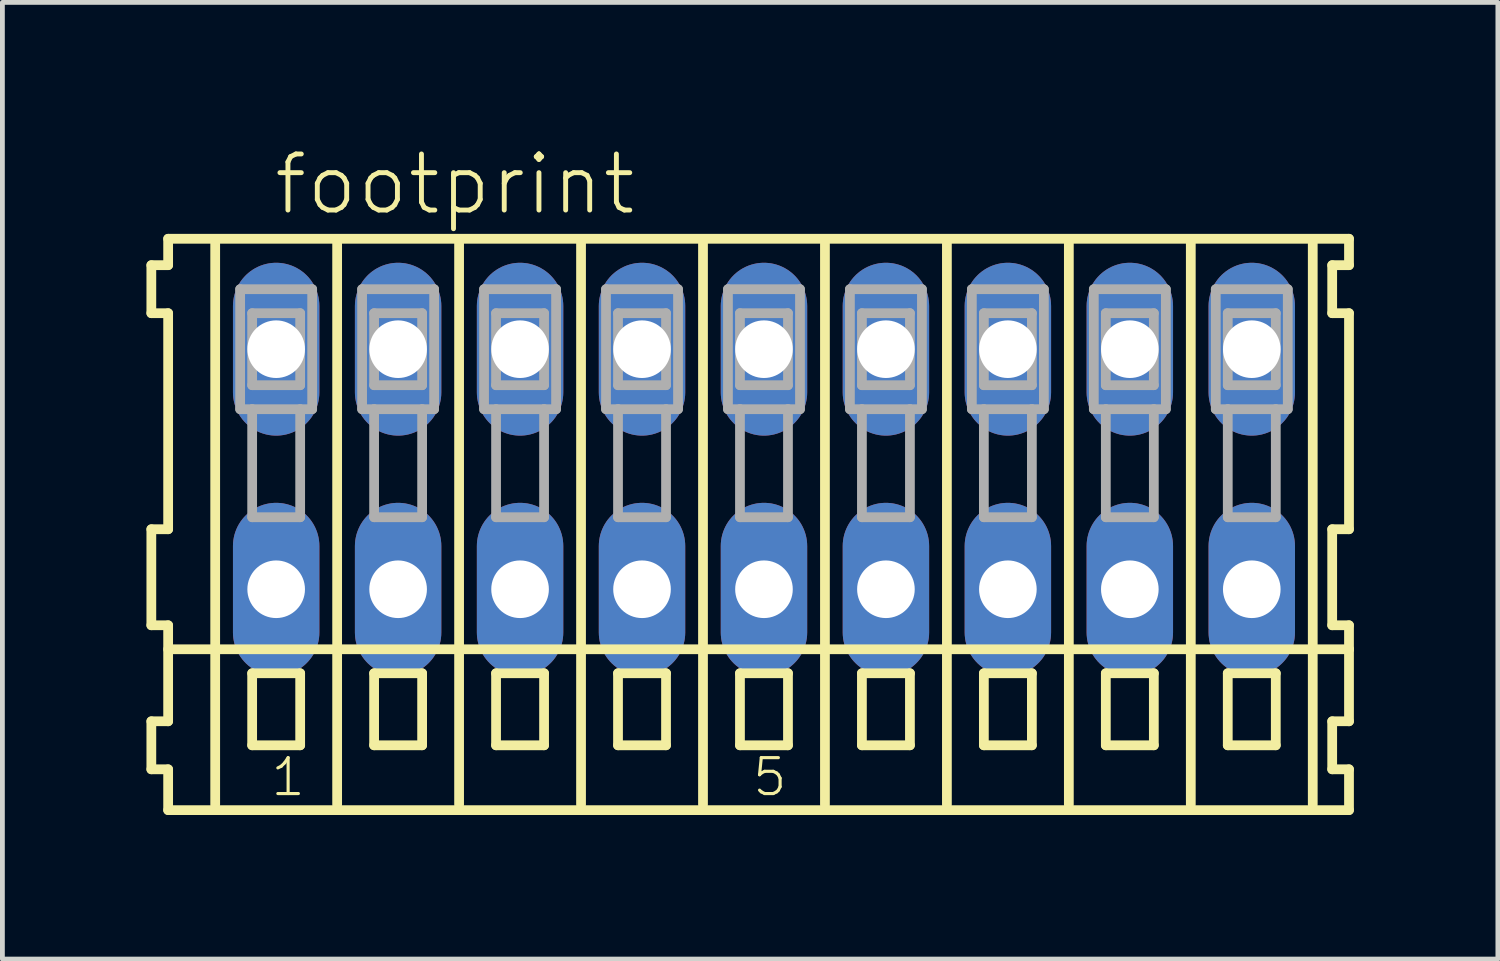
<source format=kicad_pcb>
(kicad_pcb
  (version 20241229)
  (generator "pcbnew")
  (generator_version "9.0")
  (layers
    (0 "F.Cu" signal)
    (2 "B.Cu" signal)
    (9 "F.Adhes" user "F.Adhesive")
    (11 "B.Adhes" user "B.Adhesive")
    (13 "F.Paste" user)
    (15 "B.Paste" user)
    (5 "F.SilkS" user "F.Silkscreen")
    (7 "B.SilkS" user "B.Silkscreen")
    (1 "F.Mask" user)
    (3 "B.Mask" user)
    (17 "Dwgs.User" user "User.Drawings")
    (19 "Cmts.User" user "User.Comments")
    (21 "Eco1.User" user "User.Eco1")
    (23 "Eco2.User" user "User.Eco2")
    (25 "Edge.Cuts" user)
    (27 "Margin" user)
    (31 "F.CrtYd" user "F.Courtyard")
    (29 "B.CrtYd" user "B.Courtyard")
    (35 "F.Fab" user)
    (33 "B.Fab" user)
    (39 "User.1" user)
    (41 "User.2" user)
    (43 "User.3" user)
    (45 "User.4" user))
  (footprint "footprint"
    (layer "F.Cu")
    (at 12.862 6.723)
    (property "Reference" "footprint" (at -10.26 -5.25 0) (layer "F.SilkS") (effects (font (size 1.168 1.168) (thickness 0.102)) (justify left bottom)))
    (fp_line (start -12.76 -4.25) (end -12.76 -3.25) (stroke (width 0.203) (type solid)) (layer "F.SilkS"))
    (fp_line (start -12.76 -3.25) (end -12.41 -3.25) (stroke (width 0.203) (type solid)) (layer "F.SilkS"))
    (fp_line (start -12.76 1.25) (end -12.76 3.25) (stroke (width 0.203) (type solid)) (layer "F.SilkS"))
    (fp_line (start -12.76 3.25) (end -12.41 3.25) (stroke (width 0.203) (type solid)) (layer "F.SilkS"))
    (fp_line (start -12.76 5.25) (end -12.76 6.25) (stroke (width 0.203) (type solid)) (layer "F.SilkS"))
    (fp_line (start -12.76 6.25) (end -12.41 6.25) (stroke (width 0.203) (type solid)) (layer "F.SilkS"))
    (fp_line (start -12.41 -4.8) (end -12.41 -4.25) (stroke (width 0.203) (type solid)) (layer "F.SilkS"))
    (fp_line (start -12.41 -4.25) (end -12.76 -4.25) (stroke (width 0.203) (type solid)) (layer "F.SilkS"))
    (fp_line (start -12.41 -3.25) (end -12.41 1.25) (stroke (width 0.203) (type solid)) (layer "F.SilkS"))
    (fp_line (start -12.41 1.25) (end -12.76 1.25) (stroke (width 0.203) (type solid)) (layer "F.SilkS"))
    (fp_line (start -12.41 3.25) (end -12.41 5.25) (stroke (width 0.203) (type solid)) (layer "F.SilkS"))
    (fp_line (start -12.41 3.75) (end 12.185 3.75) (stroke (width 0.203) (type solid)) (layer "F.SilkS"))
    (fp_line (start -12.41 5.25) (end -12.76 5.25) (stroke (width 0.203) (type solid)) (layer "F.SilkS"))
    (fp_line (start -12.41 6.25) (end -12.41 7.1) (stroke (width 0.203) (type solid)) (layer "F.SilkS"))
    (fp_line (start -12.41 7.1) (end 12.185 7.1) (stroke (width 0.203) (type solid)) (layer "F.SilkS"))
    (fp_line (start -11.43 6.985) (end -11.43 -4.699) (stroke (width 0.203) (type solid)) (layer "F.SilkS"))
    (fp_line (start -10.66 4.25) (end -10.66 5.75) (stroke (width 0.203) (type solid)) (layer "F.SilkS"))
    (fp_line (start -10.66 5.75) (end -9.66 5.75) (stroke (width 0.203) (type solid)) (layer "F.SilkS"))
    (fp_line (start -9.66 4.25) (end -10.66 4.25) (stroke (width 0.203) (type solid)) (layer "F.SilkS"))
    (fp_line (start -9.66 5.75) (end -9.66 4.25) (stroke (width 0.203) (type solid)) (layer "F.SilkS"))
    (fp_line (start -8.89 6.985) (end -8.89 -4.699) (stroke (width 0.203) (type solid)) (layer "F.SilkS"))
    (fp_line (start -8.12 4.25) (end -8.12 5.75) (stroke (width 0.203) (type solid)) (layer "F.SilkS"))
    (fp_line (start -8.12 5.75) (end -7.12 5.75) (stroke (width 0.203) (type solid)) (layer "F.SilkS"))
    (fp_line (start -7.12 4.25) (end -8.12 4.25) (stroke (width 0.203) (type solid)) (layer "F.SilkS"))
    (fp_line (start -7.12 5.75) (end -7.12 4.25) (stroke (width 0.203) (type solid)) (layer "F.SilkS"))
    (fp_line (start -6.35 6.985) (end -6.35 -4.699) (stroke (width 0.203) (type solid)) (layer "F.SilkS"))
    (fp_line (start -5.58 4.25) (end -5.58 5.75) (stroke (width 0.203) (type solid)) (layer "F.SilkS"))
    (fp_line (start -5.58 5.75) (end -4.58 5.75) (stroke (width 0.203) (type solid)) (layer "F.SilkS"))
    (fp_line (start -4.58 4.25) (end -5.58 4.25) (stroke (width 0.203) (type solid)) (layer "F.SilkS"))
    (fp_line (start -4.58 5.75) (end -4.58 4.25) (stroke (width 0.203) (type solid)) (layer "F.SilkS"))
    (fp_line (start -3.81 6.985) (end -3.81 -4.699) (stroke (width 0.203) (type solid)) (layer "F.SilkS"))
    (fp_line (start -3.04 4.25) (end -3.04 5.75) (stroke (width 0.203) (type solid)) (layer "F.SilkS"))
    (fp_line (start -3.04 5.75) (end -2.04 5.75) (stroke (width 0.203) (type solid)) (layer "F.SilkS"))
    (fp_line (start -2.04 4.25) (end -3.04 4.25) (stroke (width 0.203) (type solid)) (layer "F.SilkS"))
    (fp_line (start -2.04 5.75) (end -2.04 4.25) (stroke (width 0.203) (type solid)) (layer "F.SilkS"))
    (fp_line (start -1.27 6.985) (end -1.27 -4.699) (stroke (width 0.203) (type solid)) (layer "F.SilkS"))
    (fp_line (start -0.5 4.25) (end -0.5 5.75) (stroke (width 0.203) (type solid)) (layer "F.SilkS"))
    (fp_line (start -0.5 5.75) (end 0.5 5.75) (stroke (width 0.203) (type solid)) (layer "F.SilkS"))
    (fp_line (start 0.5 4.25) (end -0.5 4.25) (stroke (width 0.203) (type solid)) (layer "F.SilkS"))
    (fp_line (start 0.5 5.75) (end 0.5 4.25) (stroke (width 0.203) (type solid)) (layer "F.SilkS"))
    (fp_line (start 1.27 6.985) (end 1.27 -4.699) (stroke (width 0.203) (type solid)) (layer "F.SilkS"))
    (fp_line (start 2.04 4.25) (end 2.04 5.75) (stroke (width 0.203) (type solid)) (layer "F.SilkS"))
    (fp_line (start 2.04 5.75) (end 3.04 5.75) (stroke (width 0.203) (type solid)) (layer "F.SilkS"))
    (fp_line (start 3.04 4.25) (end 2.04 4.25) (stroke (width 0.203) (type solid)) (layer "F.SilkS"))
    (fp_line (start 3.04 5.75) (end 3.04 4.25) (stroke (width 0.203) (type solid)) (layer "F.SilkS"))
    (fp_line (start 3.81 6.985) (end 3.81 -4.699) (stroke (width 0.203) (type solid)) (layer "F.SilkS"))
    (fp_line (start 4.58 4.25) (end 4.58 5.75) (stroke (width 0.203) (type solid)) (layer "F.SilkS"))
    (fp_line (start 4.58 5.75) (end 5.58 5.75) (stroke (width 0.203) (type solid)) (layer "F.SilkS"))
    (fp_line (start 5.58 4.25) (end 4.58 4.25) (stroke (width 0.203) (type solid)) (layer "F.SilkS"))
    (fp_line (start 5.58 5.75) (end 5.58 4.25) (stroke (width 0.203) (type solid)) (layer "F.SilkS"))
    (fp_line (start 6.35 6.985) (end 6.35 -4.699) (stroke (width 0.203) (type solid)) (layer "F.SilkS"))
    (fp_line (start 7.12 4.25) (end 7.12 5.75) (stroke (width 0.203) (type solid)) (layer "F.SilkS"))
    (fp_line (start 7.12 5.75) (end 8.12 5.75) (stroke (width 0.203) (type solid)) (layer "F.SilkS"))
    (fp_line (start 8.12 4.25) (end 7.12 4.25) (stroke (width 0.203) (type solid)) (layer "F.SilkS"))
    (fp_line (start 8.12 5.75) (end 8.12 4.25) (stroke (width 0.203) (type solid)) (layer "F.SilkS"))
    (fp_line (start 8.89 6.985) (end 8.89 -4.699) (stroke (width 0.203) (type solid)) (layer "F.SilkS"))
    (fp_line (start 9.66 4.25) (end 9.66 5.75) (stroke (width 0.203) (type solid)) (layer "F.SilkS"))
    (fp_line (start 9.66 5.75) (end 10.66 5.75) (stroke (width 0.203) (type solid)) (layer "F.SilkS"))
    (fp_line (start 10.66 4.25) (end 9.66 4.25) (stroke (width 0.203) (type solid)) (layer "F.SilkS"))
    (fp_line (start 10.66 5.75) (end 10.66 4.25) (stroke (width 0.203) (type solid)) (layer "F.SilkS"))
    (fp_line (start 11.43 6.985) (end 11.43 -4.699) (stroke (width 0.203) (type solid)) (layer "F.SilkS"))
    (fp_line (start 11.835 -4.25) (end 11.835 -3.25) (stroke (width 0.203) (type solid)) (layer "F.SilkS"))
    (fp_line (start 11.835 -3.25) (end 12.185 -3.25) (stroke (width 0.203) (type solid)) (layer "F.SilkS"))
    (fp_line (start 11.835 1.25) (end 11.835 3.25) (stroke (width 0.203) (type solid)) (layer "F.SilkS"))
    (fp_line (start 11.835 3.25) (end 12.185 3.25) (stroke (width 0.203) (type solid)) (layer "F.SilkS"))
    (fp_line (start 11.835 5.25) (end 11.835 6.25) (stroke (width 0.203) (type solid)) (layer "F.SilkS"))
    (fp_line (start 11.835 6.25) (end 12.185 6.25) (stroke (width 0.203) (type solid)) (layer "F.SilkS"))
    (fp_line (start 12.185 -4.8) (end -12.41 -4.8) (stroke (width 0.203) (type solid)) (layer "F.SilkS"))
    (fp_line (start 12.185 -4.25) (end 11.835 -4.25) (stroke (width 0.203) (type solid)) (layer "F.SilkS"))
    (fp_line (start 12.185 -4.25) (end 12.185 -4.8) (stroke (width 0.203) (type solid)) (layer "F.SilkS"))
    (fp_line (start 12.185 1.25) (end 11.835 1.25) (stroke (width 0.203) (type solid)) (layer "F.SilkS"))
    (fp_line (start 12.185 1.25) (end 12.185 -3.25) (stroke (width 0.203) (type solid)) (layer "F.SilkS"))
    (fp_line (start 12.185 3.75) (end 12.185 3.25) (stroke (width 0.203) (type solid)) (layer "F.SilkS"))
    (fp_line (start 12.185 5.25) (end 11.835 5.25) (stroke (width 0.203) (type solid)) (layer "F.SilkS"))
    (fp_line (start 12.185 5.25) (end 12.185 3.75) (stroke (width 0.203) (type solid)) (layer "F.SilkS"))
    (fp_line (start 12.185 7.1) (end 12.185 6.25) (stroke (width 0.203) (type solid)) (layer "F.SilkS"))
    (fp_line (start -10.91 -3.75) (end -10.91 -1.25) (stroke (width 0.203) (type solid)) (layer "F.Fab"))
    (fp_line (start -10.91 -1.25) (end -10.66 -1.25) (stroke (width 0.203) (type solid)) (layer "F.Fab"))
    (fp_line (start -10.66 -3.25) (end -10.66 -1.75) (stroke (width 0.203) (type solid)) (layer "F.Fab"))
    (fp_line (start -10.66 -1.75) (end -9.66 -1.75) (stroke (width 0.203) (type solid)) (layer "F.Fab"))
    (fp_line (start -10.66 -1.25) (end -10.66 1) (stroke (width 0.203) (type solid)) (layer "F.Fab"))
    (fp_line (start -10.66 -1.25) (end -9.66 -1.25) (stroke (width 0.203) (type solid)) (layer "F.Fab"))
    (fp_line (start -10.66 1) (end -9.66 1) (stroke (width 0.203) (type solid)) (layer "F.Fab"))
    (fp_line (start -9.66 -3.25) (end -10.66 -3.25) (stroke (width 0.203) (type solid)) (layer "F.Fab"))
    (fp_line (start -9.66 -1.75) (end -9.66 -3.25) (stroke (width 0.203) (type solid)) (layer "F.Fab"))
    (fp_line (start -9.66 -1.25) (end -9.41 -1.25) (stroke (width 0.203) (type solid)) (layer "F.Fab"))
    (fp_line (start -9.66 1) (end -9.66 -1.25) (stroke (width 0.203) (type solid)) (layer "F.Fab"))
    (fp_line (start -9.41 -3.75) (end -10.91 -3.75) (stroke (width 0.203) (type solid)) (layer "F.Fab"))
    (fp_line (start -9.41 -1.25) (end -9.41 -3.75) (stroke (width 0.203) (type solid)) (layer "F.Fab"))
    (fp_line (start -8.37 -3.75) (end -8.37 -1.25) (stroke (width 0.203) (type solid)) (layer "F.Fab"))
    (fp_line (start -8.37 -1.25) (end -8.12 -1.25) (stroke (width 0.203) (type solid)) (layer "F.Fab"))
    (fp_line (start -8.12 -3.25) (end -8.12 -1.75) (stroke (width 0.203) (type solid)) (layer "F.Fab"))
    (fp_line (start -8.12 -1.75) (end -7.12 -1.75) (stroke (width 0.203) (type solid)) (layer "F.Fab"))
    (fp_line (start -8.12 -1.25) (end -8.12 1) (stroke (width 0.203) (type solid)) (layer "F.Fab"))
    (fp_line (start -8.12 -1.25) (end -7.12 -1.25) (stroke (width 0.203) (type solid)) (layer "F.Fab"))
    (fp_line (start -8.12 1) (end -7.12 1) (stroke (width 0.203) (type solid)) (layer "F.Fab"))
    (fp_line (start -7.12 -3.25) (end -8.12 -3.25) (stroke (width 0.203) (type solid)) (layer "F.Fab"))
    (fp_line (start -7.12 -1.75) (end -7.12 -3.25) (stroke (width 0.203) (type solid)) (layer "F.Fab"))
    (fp_line (start -7.12 -1.25) (end -6.87 -1.25) (stroke (width 0.203) (type solid)) (layer "F.Fab"))
    (fp_line (start -7.12 1) (end -7.12 -1.25) (stroke (width 0.203) (type solid)) (layer "F.Fab"))
    (fp_line (start -6.87 -3.75) (end -8.37 -3.75) (stroke (width 0.203) (type solid)) (layer "F.Fab"))
    (fp_line (start -6.87 -1.25) (end -6.87 -3.75) (stroke (width 0.203) (type solid)) (layer "F.Fab"))
    (fp_line (start -5.83 -3.75) (end -5.83 -1.25) (stroke (width 0.203) (type solid)) (layer "F.Fab"))
    (fp_line (start -5.83 -1.25) (end -5.58 -1.25) (stroke (width 0.203) (type solid)) (layer "F.Fab"))
    (fp_line (start -5.58 -3.25) (end -5.58 -1.75) (stroke (width 0.203) (type solid)) (layer "F.Fab"))
    (fp_line (start -5.58 -1.75) (end -4.58 -1.75) (stroke (width 0.203) (type solid)) (layer "F.Fab"))
    (fp_line (start -5.58 -1.25) (end -5.58 1) (stroke (width 0.203) (type solid)) (layer "F.Fab"))
    (fp_line (start -5.58 -1.25) (end -4.58 -1.25) (stroke (width 0.203) (type solid)) (layer "F.Fab"))
    (fp_line (start -5.58 1) (end -4.58 1) (stroke (width 0.203) (type solid)) (layer "F.Fab"))
    (fp_line (start -4.58 -3.25) (end -5.58 -3.25) (stroke (width 0.203) (type solid)) (layer "F.Fab"))
    (fp_line (start -4.58 -1.75) (end -4.58 -3.25) (stroke (width 0.203) (type solid)) (layer "F.Fab"))
    (fp_line (start -4.58 -1.25) (end -4.33 -1.25) (stroke (width 0.203) (type solid)) (layer "F.Fab"))
    (fp_line (start -4.58 1) (end -4.58 -1.25) (stroke (width 0.203) (type solid)) (layer "F.Fab"))
    (fp_line (start -4.33 -3.75) (end -5.83 -3.75) (stroke (width 0.203) (type solid)) (layer "F.Fab"))
    (fp_line (start -4.33 -1.25) (end -4.33 -3.75) (stroke (width 0.203) (type solid)) (layer "F.Fab"))
    (fp_line (start -3.29 -3.75) (end -3.29 -1.25) (stroke (width 0.203) (type solid)) (layer "F.Fab"))
    (fp_line (start -3.29 -1.25) (end -3.04 -1.25) (stroke (width 0.203) (type solid)) (layer "F.Fab"))
    (fp_line (start -3.04 -3.25) (end -3.04 -1.75) (stroke (width 0.203) (type solid)) (layer "F.Fab"))
    (fp_line (start -3.04 -1.75) (end -2.04 -1.75) (stroke (width 0.203) (type solid)) (layer "F.Fab"))
    (fp_line (start -3.04 -1.25) (end -3.04 1) (stroke (width 0.203) (type solid)) (layer "F.Fab"))
    (fp_line (start -3.04 -1.25) (end -2.04 -1.25) (stroke (width 0.203) (type solid)) (layer "F.Fab"))
    (fp_line (start -3.04 1) (end -2.04 1) (stroke (width 0.203) (type solid)) (layer "F.Fab"))
    (fp_line (start -2.04 -3.25) (end -3.04 -3.25) (stroke (width 0.203) (type solid)) (layer "F.Fab"))
    (fp_line (start -2.04 -1.75) (end -2.04 -3.25) (stroke (width 0.203) (type solid)) (layer "F.Fab"))
    (fp_line (start -2.04 -1.25) (end -1.79 -1.25) (stroke (width 0.203) (type solid)) (layer "F.Fab"))
    (fp_line (start -2.04 1) (end -2.04 -1.25) (stroke (width 0.203) (type solid)) (layer "F.Fab"))
    (fp_line (start -1.79 -3.75) (end -3.29 -3.75) (stroke (width 0.203) (type solid)) (layer "F.Fab"))
    (fp_line (start -1.79 -1.25) (end -1.79 -3.75) (stroke (width 0.203) (type solid)) (layer "F.Fab"))
    (fp_line (start -0.75 -3.75) (end -0.75 -1.25) (stroke (width 0.203) (type solid)) (layer "F.Fab"))
    (fp_line (start -0.75 -1.25) (end -0.5 -1.25) (stroke (width 0.203) (type solid)) (layer "F.Fab"))
    (fp_line (start -0.5 -3.25) (end -0.5 -1.75) (stroke (width 0.203) (type solid)) (layer "F.Fab"))
    (fp_line (start -0.5 -1.75) (end 0.5 -1.75) (stroke (width 0.203) (type solid)) (layer "F.Fab"))
    (fp_line (start -0.5 -1.25) (end -0.5 1) (stroke (width 0.203) (type solid)) (layer "F.Fab"))
    (fp_line (start -0.5 -1.25) (end 0.5 -1.25) (stroke (width 0.203) (type solid)) (layer "F.Fab"))
    (fp_line (start -0.5 1) (end 0.5 1) (stroke (width 0.203) (type solid)) (layer "F.Fab"))
    (fp_line (start 0.5 -3.25) (end -0.5 -3.25) (stroke (width 0.203) (type solid)) (layer "F.Fab"))
    (fp_line (start 0.5 -1.75) (end 0.5 -3.25) (stroke (width 0.203) (type solid)) (layer "F.Fab"))
    (fp_line (start 0.5 -1.25) (end 0.75 -1.25) (stroke (width 0.203) (type solid)) (layer "F.Fab"))
    (fp_line (start 0.5 1) (end 0.5 -1.25) (stroke (width 0.203) (type solid)) (layer "F.Fab"))
    (fp_line (start 0.75 -3.75) (end -0.75 -3.75) (stroke (width 0.203) (type solid)) (layer "F.Fab"))
    (fp_line (start 0.75 -1.25) (end 0.75 -3.75) (stroke (width 0.203) (type solid)) (layer "F.Fab"))
    (fp_line (start 1.79 -3.75) (end 1.79 -1.25) (stroke (width 0.203) (type solid)) (layer "F.Fab"))
    (fp_line (start 1.79 -1.25) (end 2.04 -1.25) (stroke (width 0.203) (type solid)) (layer "F.Fab"))
    (fp_line (start 2.04 -3.25) (end 2.04 -1.75) (stroke (width 0.203) (type solid)) (layer "F.Fab"))
    (fp_line (start 2.04 -1.75) (end 3.04 -1.75) (stroke (width 0.203) (type solid)) (layer "F.Fab"))
    (fp_line (start 2.04 -1.25) (end 2.04 1) (stroke (width 0.203) (type solid)) (layer "F.Fab"))
    (fp_line (start 2.04 -1.25) (end 3.04 -1.25) (stroke (width 0.203) (type solid)) (layer "F.Fab"))
    (fp_line (start 2.04 1) (end 3.04 1) (stroke (width 0.203) (type solid)) (layer "F.Fab"))
    (fp_line (start 3.04 -3.25) (end 2.04 -3.25) (stroke (width 0.203) (type solid)) (layer "F.Fab"))
    (fp_line (start 3.04 -1.75) (end 3.04 -3.25) (stroke (width 0.203) (type solid)) (layer "F.Fab"))
    (fp_line (start 3.04 -1.25) (end 3.29 -1.25) (stroke (width 0.203) (type solid)) (layer "F.Fab"))
    (fp_line (start 3.04 1) (end 3.04 -1.25) (stroke (width 0.203) (type solid)) (layer "F.Fab"))
    (fp_line (start 3.29 -3.75) (end 1.79 -3.75) (stroke (width 0.203) (type solid)) (layer "F.Fab"))
    (fp_line (start 3.29 -1.25) (end 3.29 -3.75) (stroke (width 0.203) (type solid)) (layer "F.Fab"))
    (fp_line (start 4.33 -3.75) (end 4.33 -1.25) (stroke (width 0.203) (type solid)) (layer "F.Fab"))
    (fp_line (start 4.33 -1.25) (end 4.58 -1.25) (stroke (width 0.203) (type solid)) (layer "F.Fab"))
    (fp_line (start 4.58 -3.25) (end 4.58 -1.75) (stroke (width 0.203) (type solid)) (layer "F.Fab"))
    (fp_line (start 4.58 -1.75) (end 5.58 -1.75) (stroke (width 0.203) (type solid)) (layer "F.Fab"))
    (fp_line (start 4.58 -1.25) (end 4.58 1) (stroke (width 0.203) (type solid)) (layer "F.Fab"))
    (fp_line (start 4.58 -1.25) (end 5.58 -1.25) (stroke (width 0.203) (type solid)) (layer "F.Fab"))
    (fp_line (start 4.58 1) (end 5.58 1) (stroke (width 0.203) (type solid)) (layer "F.Fab"))
    (fp_line (start 5.58 -3.25) (end 4.58 -3.25) (stroke (width 0.203) (type solid)) (layer "F.Fab"))
    (fp_line (start 5.58 -1.75) (end 5.58 -3.25) (stroke (width 0.203) (type solid)) (layer "F.Fab"))
    (fp_line (start 5.58 -1.25) (end 5.83 -1.25) (stroke (width 0.203) (type solid)) (layer "F.Fab"))
    (fp_line (start 5.58 1) (end 5.58 -1.25) (stroke (width 0.203) (type solid)) (layer "F.Fab"))
    (fp_line (start 5.83 -3.75) (end 4.33 -3.75) (stroke (width 0.203) (type solid)) (layer "F.Fab"))
    (fp_line (start 5.83 -1.25) (end 5.83 -3.75) (stroke (width 0.203) (type solid)) (layer "F.Fab"))
    (fp_line (start 6.87 -3.75) (end 6.87 -1.25) (stroke (width 0.203) (type solid)) (layer "F.Fab"))
    (fp_line (start 6.87 -1.25) (end 7.12 -1.25) (stroke (width 0.203) (type solid)) (layer "F.Fab"))
    (fp_line (start 7.12 -3.25) (end 7.12 -1.75) (stroke (width 0.203) (type solid)) (layer "F.Fab"))
    (fp_line (start 7.12 -1.75) (end 8.12 -1.75) (stroke (width 0.203) (type solid)) (layer "F.Fab"))
    (fp_line (start 7.12 -1.25) (end 7.12 1) (stroke (width 0.203) (type solid)) (layer "F.Fab"))
    (fp_line (start 7.12 -1.25) (end 8.12 -1.25) (stroke (width 0.203) (type solid)) (layer "F.Fab"))
    (fp_line (start 7.12 1) (end 8.12 1) (stroke (width 0.203) (type solid)) (layer "F.Fab"))
    (fp_line (start 8.12 -3.25) (end 7.12 -3.25) (stroke (width 0.203) (type solid)) (layer "F.Fab"))
    (fp_line (start 8.12 -1.75) (end 8.12 -3.25) (stroke (width 0.203) (type solid)) (layer "F.Fab"))
    (fp_line (start 8.12 -1.25) (end 8.37 -1.25) (stroke (width 0.203) (type solid)) (layer "F.Fab"))
    (fp_line (start 8.12 1) (end 8.12 -1.25) (stroke (width 0.203) (type solid)) (layer "F.Fab"))
    (fp_line (start 8.37 -3.75) (end 6.87 -3.75) (stroke (width 0.203) (type solid)) (layer "F.Fab"))
    (fp_line (start 8.37 -1.25) (end 8.37 -3.75) (stroke (width 0.203) (type solid)) (layer "F.Fab"))
    (fp_line (start 9.41 -3.75) (end 9.41 -1.25) (stroke (width 0.203) (type solid)) (layer "F.Fab"))
    (fp_line (start 9.41 -1.25) (end 9.66 -1.25) (stroke (width 0.203) (type solid)) (layer "F.Fab"))
    (fp_line (start 9.66 -3.25) (end 9.66 -1.75) (stroke (width 0.203) (type solid)) (layer "F.Fab"))
    (fp_line (start 9.66 -1.75) (end 10.66 -1.75) (stroke (width 0.203) (type solid)) (layer "F.Fab"))
    (fp_line (start 9.66 -1.25) (end 9.66 1) (stroke (width 0.203) (type solid)) (layer "F.Fab"))
    (fp_line (start 9.66 -1.25) (end 10.66 -1.25) (stroke (width 0.203) (type solid)) (layer "F.Fab"))
    (fp_line (start 9.66 1) (end 10.66 1) (stroke (width 0.203) (type solid)) (layer "F.Fab"))
    (fp_line (start 10.66 -3.25) (end 9.66 -3.25) (stroke (width 0.203) (type solid)) (layer "F.Fab"))
    (fp_line (start 10.66 -1.75) (end 10.66 -3.25) (stroke (width 0.203) (type solid)) (layer "F.Fab"))
    (fp_line (start 10.66 -1.25) (end 10.91 -1.25) (stroke (width 0.203) (type solid)) (layer "F.Fab"))
    (fp_line (start 10.66 1) (end 10.66 -1.25) (stroke (width 0.203) (type solid)) (layer "F.Fab"))
    (fp_line (start 10.91 -3.75) (end 9.41 -3.75) (stroke (width 0.203) (type solid)) (layer "F.Fab"))
    (fp_line (start 10.91 -1.25) (end 10.91 -3.75) (stroke (width 0.203) (type solid)) (layer "F.Fab"))
    (fp_text user "1" (at -10.31 6.85 0) (layer "F.SilkS") (effects (font (size 0.748 0.748) (thickness 0.065)) (justify left bottom)))
    (fp_text user "5" (at -0.277 6.85 0) (layer "F.SilkS") (effects (font (size 0.748 0.748) (thickness 0.065)) (justify left bottom)))
    (pad "A1" thru_hole oval (at -10.16 -2.5 90) (size 3.6 1.8) (drill 1.2) (layers "*.Cu" "*.Mask"))
    (pad "A2" thru_hole oval (at -7.62 -2.5 90) (size 3.6 1.8) (drill 1.2) (layers "*.Cu" "*.Mask"))
    (pad "A3" thru_hole oval (at -5.08 -2.5 90) (size 3.6 1.8) (drill 1.2) (layers "*.Cu" "*.Mask"))
    (pad "A4" thru_hole oval (at -2.54 -2.5 90) (size 3.6 1.8) (drill 1.2) (layers "*.Cu" "*.Mask"))
    (pad "A5" thru_hole oval (at 0 -2.5 90) (size 3.6 1.8) (drill 1.2) (layers "*.Cu" "*.Mask"))
    (pad "A6" thru_hole oval (at 2.54 -2.5 90) (size 3.6 1.8) (drill 1.2) (layers "*.Cu" "*.Mask"))
    (pad "A7" thru_hole oval (at 5.08 -2.5 90) (size 3.6 1.8) (drill 1.2) (layers "*.Cu" "*.Mask"))
    (pad "A8" thru_hole oval (at 7.62 -2.5 90) (size 3.6 1.8) (drill 1.2) (layers "*.Cu" "*.Mask"))
    (pad "A9" thru_hole oval (at 10.16 -2.5 90) (size 3.6 1.8) (drill 1.2) (layers "*.Cu" "*.Mask"))
    (pad "B1" thru_hole oval (at -10.16 2.5 90) (size 3.6 1.8) (drill 1.2) (layers "*.Cu" "*.Mask"))
    (pad "B2" thru_hole oval (at -7.62 2.5 90) (size 3.6 1.8) (drill 1.2) (layers "*.Cu" "*.Mask"))
    (pad "B3" thru_hole oval (at -5.08 2.5 90) (size 3.6 1.8) (drill 1.2) (layers "*.Cu" "*.Mask"))
    (pad "B4" thru_hole oval (at -2.54 2.5 90) (size 3.6 1.8) (drill 1.2) (layers "*.Cu" "*.Mask"))
    (pad "B5" thru_hole oval (at 0 2.5 90) (size 3.6 1.8) (drill 1.2) (layers "*.Cu" "*.Mask"))
    (pad "B6" thru_hole oval (at 2.54 2.5 90) (size 3.6 1.8) (drill 1.2) (layers "*.Cu" "*.Mask"))
    (pad "B7" thru_hole oval (at 5.08 2.5 90) (size 3.6 1.8) (drill 1.2) (layers "*.Cu" "*.Mask"))
    (pad "B8" thru_hole oval (at 7.62 2.5 90) (size 3.6 1.8) (drill 1.2) (layers "*.Cu" "*.Mask"))
    (pad "B9" thru_hole oval (at 10.16 2.5 90) (size 3.6 1.8) (drill 1.2) (layers "*.Cu" "*.Mask")))
  (gr_rect
    (start -3 -3)
    (end 28.148 16.925)
    (stroke (width 0.1) (type default))
    (fill no)
    (layer "Edge.Cuts")))
</source>
